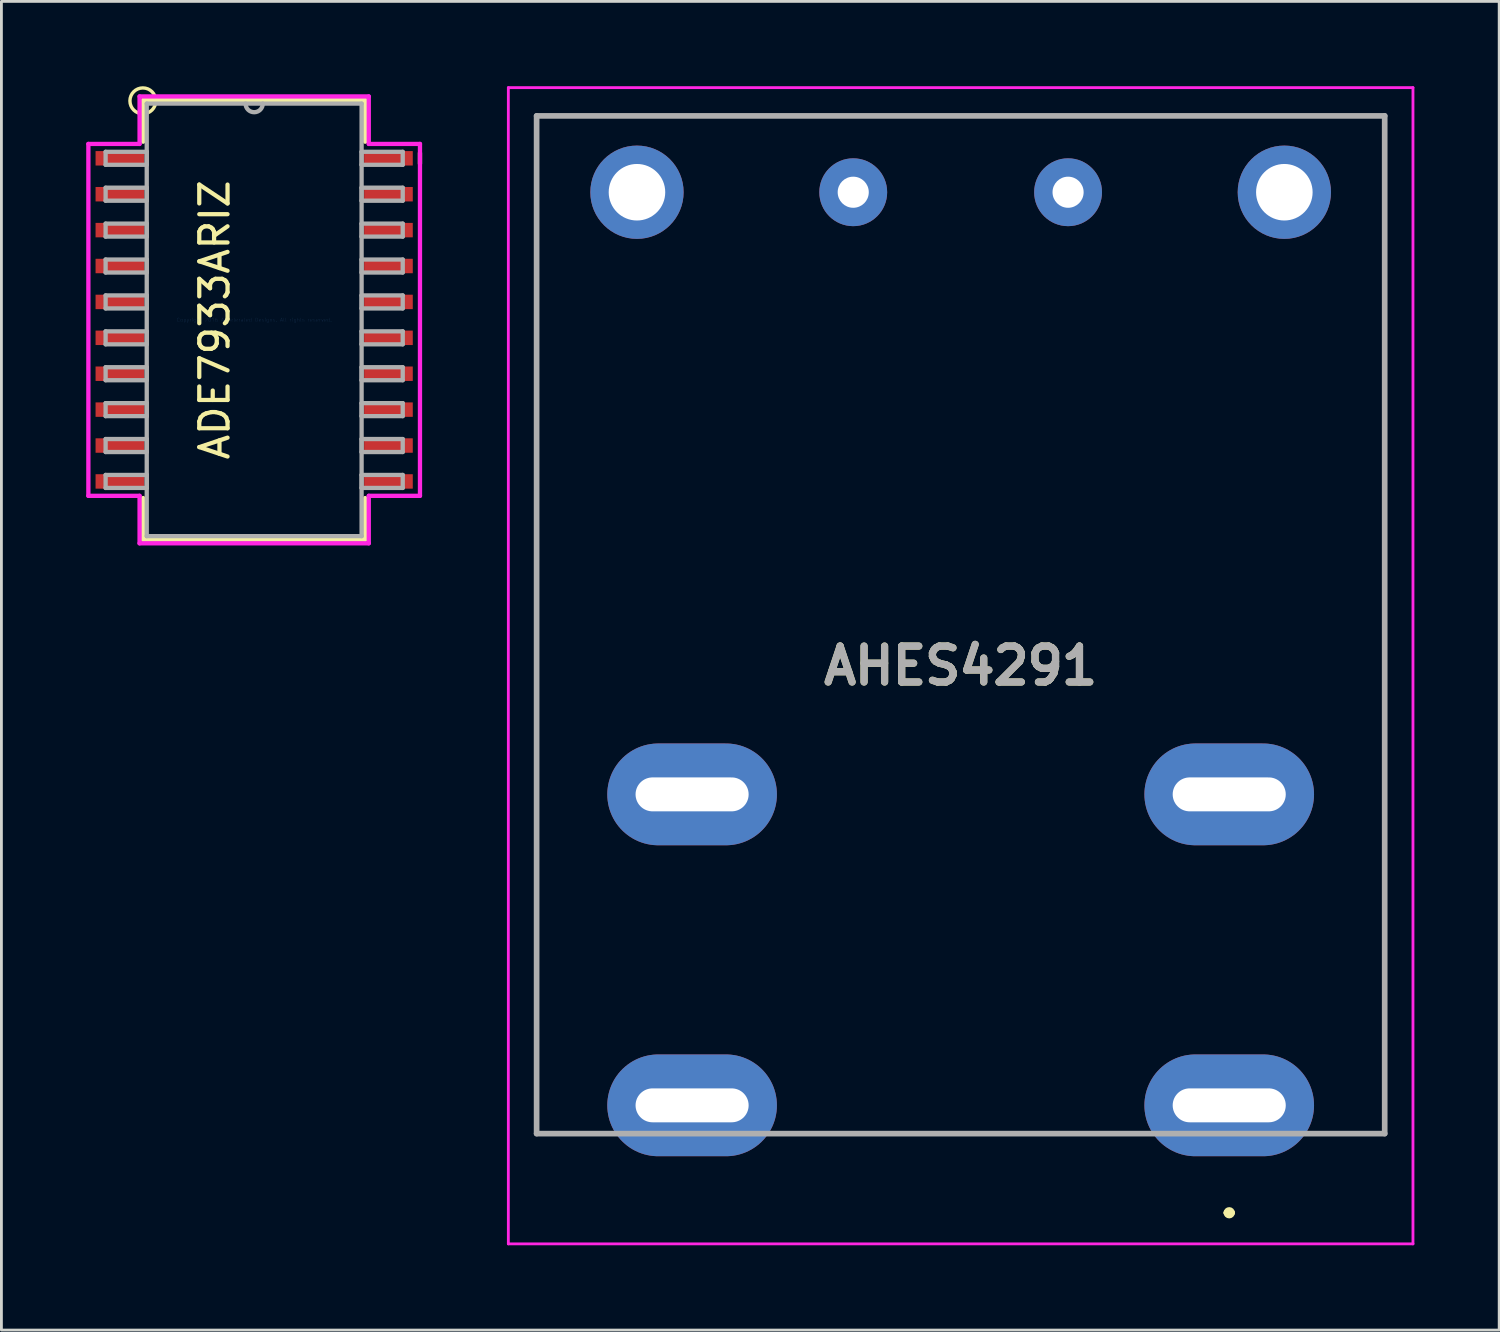
<source format=kicad_pcb>
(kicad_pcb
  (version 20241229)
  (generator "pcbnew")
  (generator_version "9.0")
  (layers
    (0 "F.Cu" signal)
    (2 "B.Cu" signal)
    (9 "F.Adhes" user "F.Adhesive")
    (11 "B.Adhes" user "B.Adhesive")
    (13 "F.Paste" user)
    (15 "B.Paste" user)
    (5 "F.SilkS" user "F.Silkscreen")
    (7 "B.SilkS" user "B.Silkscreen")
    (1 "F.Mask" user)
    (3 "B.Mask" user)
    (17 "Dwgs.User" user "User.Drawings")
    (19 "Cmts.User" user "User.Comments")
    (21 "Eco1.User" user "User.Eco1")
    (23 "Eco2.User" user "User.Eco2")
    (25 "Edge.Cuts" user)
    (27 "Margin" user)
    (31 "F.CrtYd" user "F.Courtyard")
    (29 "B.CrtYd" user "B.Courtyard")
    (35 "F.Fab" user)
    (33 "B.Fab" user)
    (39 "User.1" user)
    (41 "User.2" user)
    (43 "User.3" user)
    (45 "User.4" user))
  (footprint "AHES4291"
    (layer "F.Cu")
    (at 30.932 20.5)
    (property "Reference" "AHES4291" (at 0 0 0) (layer "F.SilkS") (effects (font (size 1.27 1.27) (thickness 0.254))))
    (attr through_hole)
    (fp_line (start -15 -19.45) (end 15 -19.45) (stroke (width 0.1) (type solid)) (layer "F.SilkS"))
    (fp_line (start -15 16.55) (end -15 -19.45) (stroke (width 0.1) (type solid)) (layer "F.SilkS"))
    (fp_line (start -14 16.55) (end -15 16.55) (stroke (width 0.1) (type solid)) (layer "F.SilkS"))
    (fp_line (start -6 16.55) (end 6 16.55) (stroke (width 0.1) (type solid)) (layer "F.SilkS"))
    (fp_line (start 9.4 19.35) (end 9.4 19.35) (stroke (width 0.2) (type solid)) (layer "F.SilkS"))
    (fp_line (start 9.6 19.35) (end 9.6 19.35) (stroke (width 0.2) (type solid)) (layer "F.SilkS"))
    (fp_line (start 15 -19.45) (end 15 16.55) (stroke (width 0.1) (type solid)) (layer "F.SilkS"))
    (fp_line (start 15 16.55) (end 14 16.55) (stroke (width 0.1) (type solid)) (layer "F.SilkS"))
    (fp_arc (start 9.4 19.35) (mid 9.5 19.25) (end 9.6 19.35) (stroke (width 0.2) (type solid)) (layer "F.SilkS"))
    (fp_arc (start 9.6 19.35) (mid 9.5 19.45) (end 9.4 19.35) (stroke (width 0.2) (type solid)) (layer "F.SilkS"))
    (fp_line (start -16 -20.45) (end 16 -20.45) (stroke (width 0.1) (type solid)) (layer "F.CrtYd"))
    (fp_line (start -16 20.45) (end -16 -20.45) (stroke (width 0.1) (type solid)) (layer "F.CrtYd"))
    (fp_line (start 16 -20.45) (end 16 20.45) (stroke (width 0.1) (type solid)) (layer "F.CrtYd"))
    (fp_line (start 16 20.45) (end -16 20.45) (stroke (width 0.1) (type solid)) (layer "F.CrtYd"))
    (fp_line (start -15 -19.45) (end 15 -19.45) (stroke (width 0.2) (type solid)) (layer "F.Fab"))
    (fp_line (start -15 16.55) (end -15 -19.45) (stroke (width 0.2) (type solid)) (layer "F.Fab"))
    (fp_line (start 15 -19.45) (end 15 16.55) (stroke (width 0.2) (type solid)) (layer "F.Fab"))
    (fp_line (start 15 16.55) (end -15 16.55) (stroke (width 0.2) (type solid)) (layer "F.Fab"))
    (fp_text user "${REFERENCE}" (at 0 0 0) (layer "F.Fab") (effects (font (size 1.27 1.27) (thickness 0.254))))
    (pad "1" thru_hole oval (at 9.5 15.55) (size 6 3.6) (drill oval 4 1.2) (layers "*.Cu" "*.Mask"))
    (pad "2" thru_hole oval (at 9.5 4.55) (size 6 3.6) (drill oval 4 1.2) (layers "*.Cu" "*.Mask"))
    (pad "3" thru_hole circle (at 11.45 -16.75) (size 3.3 3.3) (drill 2) (layers "*.Cu" "*.Mask"))
    (pad "4" thru_hole circle (at 3.8 -16.75) (size 2.4 2.4) (drill 1.1) (layers "*.Cu" "*.Mask"))
    (pad "5" thru_hole circle (at -3.8 -16.75) (size 2.4 2.4) (drill 1.1) (layers "*.Cu" "*.Mask"))
    (pad "6" thru_hole circle (at -11.45 -16.75) (size 3.3 3.3) (drill 2) (layers "*.Cu" "*.Mask"))
    (pad "7" thru_hole oval (at -9.5 4.55) (size 6 3.6) (drill oval 4 1.2) (layers "*.Cu" "*.Mask"))
    (pad "8" thru_hole oval (at -9.5 15.55) (size 6 3.6) (drill oval 4 1.2) (layers "*.Cu" "*.Mask")))
  (footprint "ADE7933ARIZ"
    (layer "F.Cu")
    (at 5.941 8.265)
    (property "Reference" "ADE7933ARIZ" (at -1.397 0 90) (layer "F.SilkS") (effects (font (size 1 1) (thickness 0.15))))
    (attr smd)
    (fp_line (start -3.927 -7.777) (end -3.927 -6.303) (stroke (width 0.152) (type solid)) (layer "F.SilkS"))
    (fp_line (start -3.927 6.303) (end -3.927 7.777) (stroke (width 0.152) (type solid)) (layer "F.SilkS"))
    (fp_line (start -3.927 7.777) (end 3.927 7.777) (stroke (width 0.152) (type solid)) (layer "F.SilkS"))
    (fp_line (start 3.927 -7.777) (end -3.927 -7.777) (stroke (width 0.152) (type solid)) (layer "F.SilkS"))
    (fp_line (start 3.927 -6.303) (end 3.927 -7.777) (stroke (width 0.152) (type solid)) (layer "F.SilkS"))
    (fp_line (start 3.927 7.777) (end 3.927 6.303) (stroke (width 0.152) (type solid)) (layer "F.SilkS"))
    (fp_line (start 5.865 -5.524) (end 5.865 -5.905) (stroke (width 0.152) (type solid)) (layer "F.SilkS"))
    (fp_circle (center -3.937 -7.747) (end -3.556 -7.493) (stroke (width 0.12) (type solid)) (fill no) (layer "F.SilkS"))
    (fp_line (start -5.865 -6.224) (end -4.054 -6.224) (stroke (width 0.152) (type solid)) (layer "F.CrtYd"))
    (fp_line (start -5.865 6.224) (end -5.865 -6.224) (stroke (width 0.152) (type solid)) (layer "F.CrtYd"))
    (fp_line (start -4.054 -7.904) (end 4.054 -7.904) (stroke (width 0.152) (type solid)) (layer "F.CrtYd"))
    (fp_line (start -4.054 -6.224) (end -4.054 -7.904) (stroke (width 0.152) (type solid)) (layer "F.CrtYd"))
    (fp_line (start -4.054 6.224) (end -5.865 6.224) (stroke (width 0.152) (type solid)) (layer "F.CrtYd"))
    (fp_line (start -4.054 7.904) (end -4.054 6.224) (stroke (width 0.152) (type solid)) (layer "F.CrtYd"))
    (fp_line (start 4.054 -7.904) (end 4.054 -6.224) (stroke (width 0.152) (type solid)) (layer "F.CrtYd"))
    (fp_line (start 4.054 -6.224) (end 5.865 -6.224) (stroke (width 0.152) (type solid)) (layer "F.CrtYd"))
    (fp_line (start 4.054 6.224) (end 4.054 7.904) (stroke (width 0.152) (type solid)) (layer "F.CrtYd"))
    (fp_line (start 4.054 7.904) (end -4.054 7.904) (stroke (width 0.152) (type solid)) (layer "F.CrtYd"))
    (fp_line (start 5.865 -6.224) (end 5.865 6.224) (stroke (width 0.152) (type solid)) (layer "F.CrtYd"))
    (fp_line (start 5.865 6.224) (end 4.054 6.224) (stroke (width 0.152) (type solid)) (layer "F.CrtYd"))
    (fp_line (start -5.255 -5.945) (end -5.255 -5.485) (stroke (width 0.152) (type solid)) (layer "F.Fab"))
    (fp_line (start -5.255 -5.485) (end -3.8 -5.485) (stroke (width 0.152) (type solid)) (layer "F.Fab"))
    (fp_line (start -5.255 -4.675) (end -5.255 -4.215) (stroke (width 0.152) (type solid)) (layer "F.Fab"))
    (fp_line (start -5.255 -4.215) (end -3.8 -4.215) (stroke (width 0.152) (type solid)) (layer "F.Fab"))
    (fp_line (start -5.255 -3.405) (end -5.255 -2.945) (stroke (width 0.152) (type solid)) (layer "F.Fab"))
    (fp_line (start -5.255 -2.945) (end -3.8 -2.945) (stroke (width 0.152) (type solid)) (layer "F.Fab"))
    (fp_line (start -5.255 -2.135) (end -5.255 -1.675) (stroke (width 0.152) (type solid)) (layer "F.Fab"))
    (fp_line (start -5.255 -1.675) (end -3.8 -1.675) (stroke (width 0.152) (type solid)) (layer "F.Fab"))
    (fp_line (start -5.255 -0.865) (end -5.255 -0.405) (stroke (width 0.152) (type solid)) (layer "F.Fab"))
    (fp_line (start -5.255 -0.405) (end -3.8 -0.405) (stroke (width 0.152) (type solid)) (layer "F.Fab"))
    (fp_line (start -5.255 0.405) (end -5.255 0.865) (stroke (width 0.152) (type solid)) (layer "F.Fab"))
    (fp_line (start -5.255 0.865) (end -3.8 0.865) (stroke (width 0.152) (type solid)) (layer "F.Fab"))
    (fp_line (start -5.255 1.675) (end -5.255 2.135) (stroke (width 0.152) (type solid)) (layer "F.Fab"))
    (fp_line (start -5.255 2.135) (end -3.8 2.135) (stroke (width 0.152) (type solid)) (layer "F.Fab"))
    (fp_line (start -5.255 2.945) (end -5.255 3.405) (stroke (width 0.152) (type solid)) (layer "F.Fab"))
    (fp_line (start -5.255 3.405) (end -3.8 3.405) (stroke (width 0.152) (type solid)) (layer "F.Fab"))
    (fp_line (start -5.255 4.215) (end -5.255 4.675) (stroke (width 0.152) (type solid)) (layer "F.Fab"))
    (fp_line (start -5.255 4.675) (end -3.8 4.675) (stroke (width 0.152) (type solid)) (layer "F.Fab"))
    (fp_line (start -5.255 5.485) (end -5.255 5.945) (stroke (width 0.152) (type solid)) (layer "F.Fab"))
    (fp_line (start -5.255 5.945) (end -3.8 5.945) (stroke (width 0.152) (type solid)) (layer "F.Fab"))
    (fp_line (start -3.8 -7.65) (end -3.8 7.65) (stroke (width 0.152) (type solid)) (layer "F.Fab"))
    (fp_line (start -3.8 -5.945) (end -5.255 -5.945) (stroke (width 0.152) (type solid)) (layer "F.Fab"))
    (fp_line (start -3.8 -5.485) (end -3.8 -5.945) (stroke (width 0.152) (type solid)) (layer "F.Fab"))
    (fp_line (start -3.8 -4.675) (end -5.255 -4.675) (stroke (width 0.152) (type solid)) (layer "F.Fab"))
    (fp_line (start -3.8 -4.215) (end -3.8 -4.675) (stroke (width 0.152) (type solid)) (layer "F.Fab"))
    (fp_line (start -3.8 -3.405) (end -5.255 -3.405) (stroke (width 0.152) (type solid)) (layer "F.Fab"))
    (fp_line (start -3.8 -2.945) (end -3.8 -3.405) (stroke (width 0.152) (type solid)) (layer "F.Fab"))
    (fp_line (start -3.8 -2.135) (end -5.255 -2.135) (stroke (width 0.152) (type solid)) (layer "F.Fab"))
    (fp_line (start -3.8 -1.675) (end -3.8 -2.135) (stroke (width 0.152) (type solid)) (layer "F.Fab"))
    (fp_line (start -3.8 -0.865) (end -5.255 -0.865) (stroke (width 0.152) (type solid)) (layer "F.Fab"))
    (fp_line (start -3.8 -0.405) (end -3.8 -0.865) (stroke (width 0.152) (type solid)) (layer "F.Fab"))
    (fp_line (start -3.8 0.405) (end -5.255 0.405) (stroke (width 0.152) (type solid)) (layer "F.Fab"))
    (fp_line (start -3.8 0.865) (end -3.8 0.405) (stroke (width 0.152) (type solid)) (layer "F.Fab"))
    (fp_line (start -3.8 1.675) (end -5.255 1.675) (stroke (width 0.152) (type solid)) (layer "F.Fab"))
    (fp_line (start -3.8 2.135) (end -3.8 1.675) (stroke (width 0.152) (type solid)) (layer "F.Fab"))
    (fp_line (start -3.8 2.945) (end -5.255 2.945) (stroke (width 0.152) (type solid)) (layer "F.Fab"))
    (fp_line (start -3.8 3.405) (end -3.8 2.945) (stroke (width 0.152) (type solid)) (layer "F.Fab"))
    (fp_line (start -3.8 4.215) (end -5.255 4.215) (stroke (width 0.152) (type solid)) (layer "F.Fab"))
    (fp_line (start -3.8 4.675) (end -3.8 4.215) (stroke (width 0.152) (type solid)) (layer "F.Fab"))
    (fp_line (start -3.8 5.485) (end -5.255 5.485) (stroke (width 0.152) (type solid)) (layer "F.Fab"))
    (fp_line (start -3.8 5.945) (end -3.8 5.485) (stroke (width 0.152) (type solid)) (layer "F.Fab"))
    (fp_line (start -3.8 7.65) (end 3.8 7.65) (stroke (width 0.152) (type solid)) (layer "F.Fab"))
    (fp_line (start 3.8 -7.65) (end -3.8 -7.65) (stroke (width 0.152) (type solid)) (layer "F.Fab"))
    (fp_line (start 3.8 -5.945) (end 3.8 -5.485) (stroke (width 0.152) (type solid)) (layer "F.Fab"))
    (fp_line (start 3.8 -5.485) (end 5.255 -5.485) (stroke (width 0.152) (type solid)) (layer "F.Fab"))
    (fp_line (start 3.8 -4.675) (end 3.8 -4.215) (stroke (width 0.152) (type solid)) (layer "F.Fab"))
    (fp_line (start 3.8 -4.215) (end 5.255 -4.215) (stroke (width 0.152) (type solid)) (layer "F.Fab"))
    (fp_line (start 3.8 -3.405) (end 3.8 -2.945) (stroke (width 0.152) (type solid)) (layer "F.Fab"))
    (fp_line (start 3.8 -2.945) (end 5.255 -2.945) (stroke (width 0.152) (type solid)) (layer "F.Fab"))
    (fp_line (start 3.8 -2.135) (end 3.8 -1.675) (stroke (width 0.152) (type solid)) (layer "F.Fab"))
    (fp_line (start 3.8 -1.675) (end 5.255 -1.675) (stroke (width 0.152) (type solid)) (layer "F.Fab"))
    (fp_line (start 3.8 -0.865) (end 3.8 -0.405) (stroke (width 0.152) (type solid)) (layer "F.Fab"))
    (fp_line (start 3.8 -0.405) (end 5.255 -0.405) (stroke (width 0.152) (type solid)) (layer "F.Fab"))
    (fp_line (start 3.8 0.405) (end 3.8 0.865) (stroke (width 0.152) (type solid)) (layer "F.Fab"))
    (fp_line (start 3.8 0.865) (end 5.255 0.865) (stroke (width 0.152) (type solid)) (layer "F.Fab"))
    (fp_line (start 3.8 1.675) (end 3.8 2.135) (stroke (width 0.152) (type solid)) (layer "F.Fab"))
    (fp_line (start 3.8 2.135) (end 5.255 2.135) (stroke (width 0.152) (type solid)) (layer "F.Fab"))
    (fp_line (start 3.8 2.945) (end 3.8 3.405) (stroke (width 0.152) (type solid)) (layer "F.Fab"))
    (fp_line (start 3.8 3.405) (end 5.255 3.405) (stroke (width 0.152) (type solid)) (layer "F.Fab"))
    (fp_line (start 3.8 4.215) (end 3.8 4.675) (stroke (width 0.152) (type solid)) (layer "F.Fab"))
    (fp_line (start 3.8 4.675) (end 5.255 4.675) (stroke (width 0.152) (type solid)) (layer "F.Fab"))
    (fp_line (start 3.8 5.485) (end 3.8 5.945) (stroke (width 0.152) (type solid)) (layer "F.Fab"))
    (fp_line (start 3.8 5.945) (end 5.255 5.945) (stroke (width 0.152) (type solid)) (layer "F.Fab"))
    (fp_line (start 3.8 7.65) (end 3.8 -7.65) (stroke (width 0.152) (type solid)) (layer "F.Fab"))
    (fp_line (start 5.255 -5.945) (end 3.8 -5.945) (stroke (width 0.152) (type solid)) (layer "F.Fab"))
    (fp_line (start 5.255 -5.485) (end 5.255 -5.945) (stroke (width 0.152) (type solid)) (layer "F.Fab"))
    (fp_line (start 5.255 -4.675) (end 3.8 -4.675) (stroke (width 0.152) (type solid)) (layer "F.Fab"))
    (fp_line (start 5.255 -4.215) (end 5.255 -4.675) (stroke (width 0.152) (type solid)) (layer "F.Fab"))
    (fp_line (start 5.255 -3.405) (end 3.8 -3.405) (stroke (width 0.152) (type solid)) (layer "F.Fab"))
    (fp_line (start 5.255 -2.945) (end 5.255 -3.405) (stroke (width 0.152) (type solid)) (layer "F.Fab"))
    (fp_line (start 5.255 -2.135) (end 3.8 -2.135) (stroke (width 0.152) (type solid)) (layer "F.Fab"))
    (fp_line (start 5.255 -1.675) (end 5.255 -2.135) (stroke (width 0.152) (type solid)) (layer "F.Fab"))
    (fp_line (start 5.255 -0.865) (end 3.8 -0.865) (stroke (width 0.152) (type solid)) (layer "F.Fab"))
    (fp_line (start 5.255 -0.405) (end 5.255 -0.865) (stroke (width 0.152) (type solid)) (layer "F.Fab"))
    (fp_line (start 5.255 0.405) (end 3.8 0.405) (stroke (width 0.152) (type solid)) (layer "F.Fab"))
    (fp_line (start 5.255 0.865) (end 5.255 0.405) (stroke (width 0.152) (type solid)) (layer "F.Fab"))
    (fp_line (start 5.255 1.675) (end 3.8 1.675) (stroke (width 0.152) (type solid)) (layer "F.Fab"))
    (fp_line (start 5.255 2.135) (end 5.255 1.675) (stroke (width 0.152) (type solid)) (layer "F.Fab"))
    (fp_line (start 5.255 2.945) (end 3.8 2.945) (stroke (width 0.152) (type solid)) (layer "F.Fab"))
    (fp_line (start 5.255 3.405) (end 5.255 2.945) (stroke (width 0.152) (type solid)) (layer "F.Fab"))
    (fp_line (start 5.255 4.215) (end 3.8 4.215) (stroke (width 0.152) (type solid)) (layer "F.Fab"))
    (fp_line (start 5.255 4.675) (end 5.255 4.215) (stroke (width 0.152) (type solid)) (layer "F.Fab"))
    (fp_line (start 5.255 5.485) (end 3.8 5.485) (stroke (width 0.152) (type solid)) (layer "F.Fab"))
    (fp_line (start 5.255 5.945) (end 5.255 5.485) (stroke (width 0.152) (type solid)) (layer "F.Fab"))
    (fp_arc (start 0.3048 -7.65) (mid 0 -7.3452) (end -0.3048 -7.65) (stroke (width 0.1524) (type solid)) (layer "F.Fab"))
    (fp_text user "Copyright 2016 Accelerated Designs. All rights reserved." (at 0 0 0) (layer "Cmts.User") (effects (font (size 0.127 0.127) (thickness 0.002))))
    (pad "1" smd rect (at -4.75 -5.715) (size 1.721 0.511) (layers "F.Cu" "F.Mask" "F.Paste"))
    (pad "2" smd rect (at -4.75 -4.445) (size 1.721 0.511) (layers "F.Cu" "F.Mask" "F.Paste"))
    (pad "3" smd rect (at -4.75 -3.175) (size 1.721 0.511) (layers "F.Cu" "F.Mask" "F.Paste"))
    (pad "4" smd rect (at -4.75 -1.905) (size 1.721 0.511) (layers "F.Cu" "F.Mask" "F.Paste"))
    (pad "5" smd rect (at -4.75 -0.635) (size 1.721 0.511) (layers "F.Cu" "F.Mask" "F.Paste"))
    (pad "6" smd rect (at -4.75 0.635) (size 1.721 0.511) (layers "F.Cu" "F.Mask" "F.Paste"))
    (pad "7" smd rect (at -4.75 1.905) (size 1.721 0.511) (layers "F.Cu" "F.Mask" "F.Paste"))
    (pad "8" smd rect (at -4.75 3.175) (size 1.721 0.511) (layers "F.Cu" "F.Mask" "F.Paste"))
    (pad "9" smd rect (at -4.75 4.445) (size 1.721 0.511) (layers "F.Cu" "F.Mask" "F.Paste"))
    (pad "10" smd rect (at -4.75 5.715) (size 1.721 0.511) (layers "F.Cu" "F.Mask" "F.Paste"))
    (pad "11" smd rect (at 4.75 5.715) (size 1.721 0.511) (layers "F.Cu" "F.Mask" "F.Paste"))
    (pad "12" smd rect (at 4.75 4.445) (size 1.721 0.511) (layers "F.Cu" "F.Mask" "F.Paste"))
    (pad "13" smd rect (at 4.75 3.175) (size 1.721 0.511) (layers "F.Cu" "F.Mask" "F.Paste"))
    (pad "14" smd rect (at 4.75 1.905) (size 1.721 0.511) (layers "F.Cu" "F.Mask" "F.Paste"))
    (pad "15" smd rect (at 4.75 0.635) (size 1.721 0.511) (layers "F.Cu" "F.Mask" "F.Paste"))
    (pad "16" smd rect (at 4.75 -0.635) (size 1.721 0.511) (layers "F.Cu" "F.Mask" "F.Paste"))
    (pad "17" smd rect (at 4.75 -1.905) (size 1.721 0.511) (layers "F.Cu" "F.Mask" "F.Paste"))
    (pad "18" smd rect (at 4.75 -3.175) (size 1.721 0.511) (layers "F.Cu" "F.Mask" "F.Paste"))
    (pad "19" smd rect (at 4.75 -4.445) (size 1.721 0.511) (layers "F.Cu" "F.Mask" "F.Paste"))
    (pad "20" smd rect (at 4.75 -5.715) (size 1.721 0.511) (layers "F.Cu" "F.Mask" "F.Paste")))
  (gr_rect
    (start -3 -3)
    (end 49.982 44)
    (stroke (width 0.1) (type default))
    (fill no)
    (layer "Edge.Cuts")))
</source>
